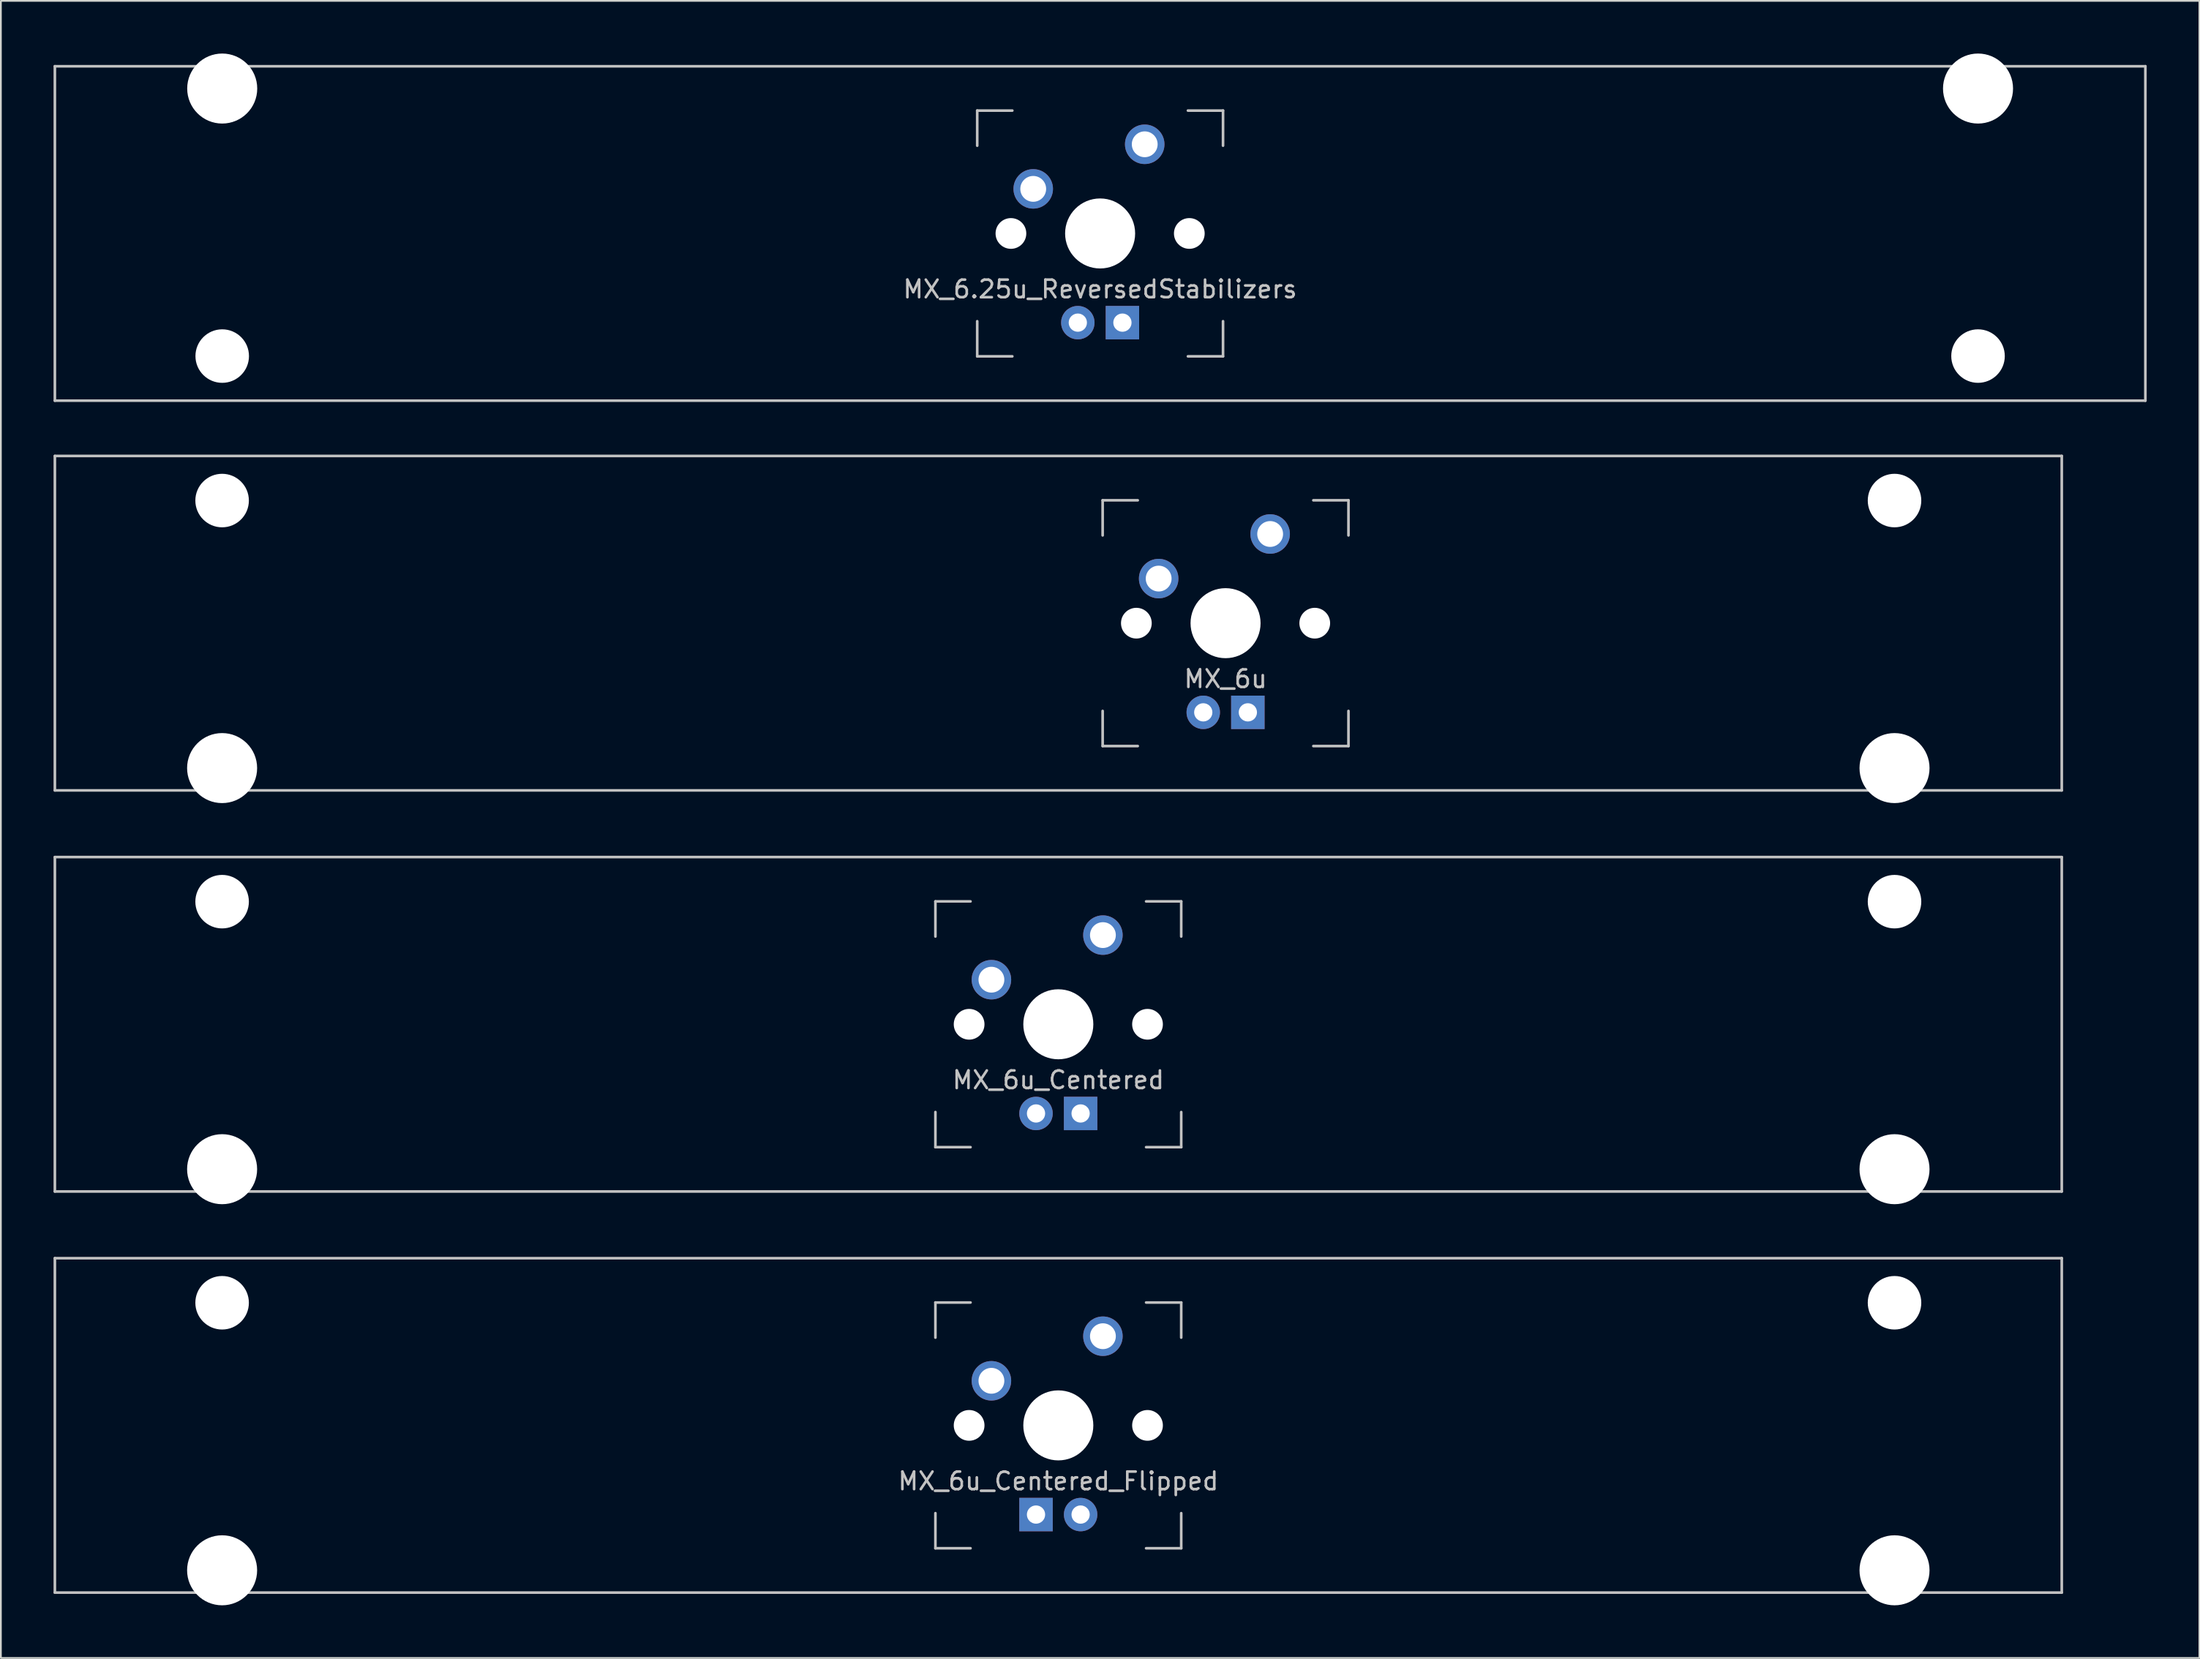
<source format=kicad_pcb>
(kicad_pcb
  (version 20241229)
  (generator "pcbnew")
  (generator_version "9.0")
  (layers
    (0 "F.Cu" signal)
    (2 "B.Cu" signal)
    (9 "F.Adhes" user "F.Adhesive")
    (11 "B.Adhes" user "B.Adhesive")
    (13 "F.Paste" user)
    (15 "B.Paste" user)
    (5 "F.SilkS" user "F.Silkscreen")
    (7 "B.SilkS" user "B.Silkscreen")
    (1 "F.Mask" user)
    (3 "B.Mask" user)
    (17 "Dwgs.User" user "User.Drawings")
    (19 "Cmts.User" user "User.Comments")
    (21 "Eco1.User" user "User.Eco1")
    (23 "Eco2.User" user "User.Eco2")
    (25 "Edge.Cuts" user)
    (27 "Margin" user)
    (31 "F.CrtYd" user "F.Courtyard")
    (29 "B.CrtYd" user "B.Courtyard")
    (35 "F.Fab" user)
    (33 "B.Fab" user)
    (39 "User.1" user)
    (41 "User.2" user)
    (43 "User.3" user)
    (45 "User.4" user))
  (footprint "MX_6u"
    (layer "F.Cu")
    (at 57.225 32.449)
    (property "Reference" "MX_6u" (at 9.525 3.175 0) (layer "Dwgs.User") (effects (font (size 1 1) (thickness 0.15))))
    (attr through_hole)
    (fp_line (start -57.15 -9.525) (end 57.15 -9.525) (stroke (width 0.15) (type solid)) (layer "Dwgs.User"))
    (fp_line (start -57.15 9.525) (end -57.15 -9.525) (stroke (width 0.15) (type solid)) (layer "Dwgs.User"))
    (fp_line (start -57.15 9.525) (end 57.15 9.525) (stroke (width 0.15) (type solid)) (layer "Dwgs.User"))
    (fp_line (start 2.525 -7) (end 2.525 -5) (stroke (width 0.15) (type solid)) (layer "Dwgs.User"))
    (fp_line (start 2.525 5) (end 2.525 7) (stroke (width 0.15) (type solid)) (layer "Dwgs.User"))
    (fp_line (start 2.525 7) (end 4.525 7) (stroke (width 0.15) (type solid)) (layer "Dwgs.User"))
    (fp_line (start 4.525 -7) (end 2.525 -7) (stroke (width 0.15) (type solid)) (layer "Dwgs.User"))
    (fp_line (start 14.525 -7) (end 16.525 -7) (stroke (width 0.15) (type solid)) (layer "Dwgs.User"))
    (fp_line (start 14.525 7) (end 16.525 7) (stroke (width 0.15) (type solid)) (layer "Dwgs.User"))
    (fp_line (start 16.525 -7) (end 16.525 -5) (stroke (width 0.15) (type solid)) (layer "Dwgs.User"))
    (fp_line (start 16.525 7) (end 16.525 5) (stroke (width 0.15) (type solid)) (layer "Dwgs.User"))
    (fp_line (start 57.15 -9.525) (end 57.15 9.525) (stroke (width 0.15) (type solid)) (layer "Dwgs.User"))
    (pad "" np_thru_hole circle (at -47.625 -6.985) (size 3.048 3.048) (drill 3.048) (layers "*.Cu" "*.Mask"))
    (pad "" np_thru_hole circle (at -47.625 8.255) (size 3.988 3.988) (drill 3.988) (layers "*.Cu" "*.Mask"))
    (pad "" np_thru_hole circle (at 4.445 0 48.1) (size 1.75 1.75) (drill 1.75) (layers "*.Cu" "*.Mask"))
    (pad "" np_thru_hole circle (at 9.525 0) (size 3.988 3.988) (drill 3.988) (layers "*.Cu" "*.Mask"))
    (pad "" np_thru_hole circle (at 14.605 0 48.1) (size 1.75 1.75) (drill 1.75) (layers "*.Cu" "*.Mask"))
    (pad "" np_thru_hole circle (at 47.625 -6.985) (size 3.048 3.048) (drill 3.048) (layers "*.Cu" "*.Mask"))
    (pad "" np_thru_hole circle (at 47.625 8.255) (size 3.988 3.988) (drill 3.988) (layers "*.Cu" "*.Mask"))
    (pad "1" thru_hole circle (at 5.715 -2.54) (size 2.25 2.25) (drill 1.47) (layers "*.Cu" "B.Mask"))
    (pad "2" thru_hole circle (at 12.065 -5.08) (size 2.25 2.25) (drill 1.47) (layers "*.Cu" "B.Mask"))
    (pad "3" thru_hole circle (at 8.255 5.08) (size 1.905 1.905) (drill 1.04) (layers "*.Cu" "B.Mask"))
    (pad "4" thru_hole rect (at 10.795 5.08) (size 1.905 1.905) (drill 1.04) (layers "*.Cu" "B.Mask")))
  (footprint "MX_6.25u_ReversedStabilizers"
    (layer "F.Cu")
    (at 59.606 10.249)
    (property "Reference" "MX_6.25u_ReversedStabilizers" (at 0 3.175 0) (layer "Dwgs.User") (effects (font (size 1 1) (thickness 0.15))))
    (attr through_hole)
    (fp_line (start -59.531 -9.525) (end 59.531 -9.525) (stroke (width 0.15) (type solid)) (layer "Dwgs.User"))
    (fp_line (start -59.531 9.525) (end -59.531 -9.525) (stroke (width 0.15) (type solid)) (layer "Dwgs.User"))
    (fp_line (start -59.531 9.525) (end 59.531 9.525) (stroke (width 0.15) (type solid)) (layer "Dwgs.User"))
    (fp_line (start -7 -7) (end -7 -5) (stroke (width 0.15) (type solid)) (layer "Dwgs.User"))
    (fp_line (start -7 5) (end -7 7) (stroke (width 0.15) (type solid)) (layer "Dwgs.User"))
    (fp_line (start -7 7) (end -5 7) (stroke (width 0.15) (type solid)) (layer "Dwgs.User"))
    (fp_line (start -5 -7) (end -7 -7) (stroke (width 0.15) (type solid)) (layer "Dwgs.User"))
    (fp_line (start 5 -7) (end 7 -7) (stroke (width 0.15) (type solid)) (layer "Dwgs.User"))
    (fp_line (start 5 7) (end 7 7) (stroke (width 0.15) (type solid)) (layer "Dwgs.User"))
    (fp_line (start 7 -7) (end 7 -5) (stroke (width 0.15) (type solid)) (layer "Dwgs.User"))
    (fp_line (start 7 7) (end 7 5) (stroke (width 0.15) (type solid)) (layer "Dwgs.User"))
    (fp_line (start 59.531 -9.525) (end 59.531 9.525) (stroke (width 0.15) (type solid)) (layer "Dwgs.User"))
    (pad "" np_thru_hole circle (at -50 -8.255) (size 3.988 3.988) (drill 3.988) (layers "*.Cu" "*.Mask"))
    (pad "" np_thru_hole circle (at -50 6.985) (size 3.048 3.048) (drill 3.048) (layers "*.Cu" "*.Mask"))
    (pad "" np_thru_hole circle (at -5.08 0 48.1) (size 1.75 1.75) (drill 1.75) (layers "*.Cu" "*.Mask"))
    (pad "" np_thru_hole circle (at 0 0) (size 3.988 3.988) (drill 3.988) (layers "*.Cu" "*.Mask"))
    (pad "" np_thru_hole circle (at 5.08 0 48.1) (size 1.75 1.75) (drill 1.75) (layers "*.Cu" "*.Mask"))
    (pad "" np_thru_hole circle (at 50 -8.255) (size 3.988 3.988) (drill 3.988) (layers "*.Cu" "*.Mask"))
    (pad "" np_thru_hole circle (at 50 6.985) (size 3.048 3.048) (drill 3.048) (layers "*.Cu" "*.Mask"))
    (pad "1" thru_hole circle (at -3.81 -2.54) (size 2.25 2.25) (drill 1.47) (layers "*.Cu" "B.Mask"))
    (pad "2" thru_hole circle (at 2.54 -5.08) (size 2.25 2.25) (drill 1.47) (layers "*.Cu" "B.Mask"))
    (pad "3" thru_hole circle (at -1.27 5.08) (size 1.905 1.905) (drill 1.04) (layers "*.Cu" "B.Mask"))
    (pad "4" thru_hole rect (at 1.27 5.08) (size 1.905 1.905) (drill 1.04) (layers "*.Cu" "B.Mask")))
  (footprint "MX_6u_Centered_Flipped"
    (layer "F.Cu")
    (at 57.225 78.147)
    (property "Reference" "MX_6u_Centered_Flipped" (at 0 3.175 0) (layer "Dwgs.User") (effects (font (size 1 1) (thickness 0.15))))
    (attr through_hole)
    (fp_line (start -57.15 -9.525) (end 57.15 -9.525) (stroke (width 0.15) (type solid)) (layer "Dwgs.User"))
    (fp_line (start -57.15 9.525) (end -57.15 -9.525) (stroke (width 0.15) (type solid)) (layer "Dwgs.User"))
    (fp_line (start -57.15 9.525) (end 57.15 9.525) (stroke (width 0.15) (type solid)) (layer "Dwgs.User"))
    (fp_line (start -7 -7) (end -7 -5) (stroke (width 0.15) (type solid)) (layer "Dwgs.User"))
    (fp_line (start -7 5) (end -7 7) (stroke (width 0.15) (type solid)) (layer "Dwgs.User"))
    (fp_line (start -7 7) (end -5 7) (stroke (width 0.15) (type solid)) (layer "Dwgs.User"))
    (fp_line (start -5 -7) (end -7 -7) (stroke (width 0.15) (type solid)) (layer "Dwgs.User"))
    (fp_line (start 5 -7) (end 7 -7) (stroke (width 0.15) (type solid)) (layer "Dwgs.User"))
    (fp_line (start 5 7) (end 7 7) (stroke (width 0.15) (type solid)) (layer "Dwgs.User"))
    (fp_line (start 7 -7) (end 7 -5) (stroke (width 0.15) (type solid)) (layer "Dwgs.User"))
    (fp_line (start 7 7) (end 7 5) (stroke (width 0.15) (type solid)) (layer "Dwgs.User"))
    (fp_line (start 57.15 -9.525) (end 57.15 9.525) (stroke (width 0.15) (type solid)) (layer "Dwgs.User"))
    (pad "" np_thru_hole circle (at -47.625 -6.985) (size 3.048 3.048) (drill 3.048) (layers "*.Cu" "*.Mask"))
    (pad "" np_thru_hole circle (at -47.625 8.255) (size 3.988 3.988) (drill 3.988) (layers "*.Cu" "*.Mask"))
    (pad "" np_thru_hole circle (at -5.08 0 48.1) (size 1.75 1.75) (drill 1.75) (layers "*.Cu" "*.Mask"))
    (pad "" np_thru_hole circle (at 0 0) (size 3.988 3.988) (drill 3.988) (layers "*.Cu" "*.Mask"))
    (pad "" np_thru_hole circle (at 5.08 0 48.1) (size 1.75 1.75) (drill 1.75) (layers "*.Cu" "*.Mask"))
    (pad "" np_thru_hole circle (at 47.625 -6.985) (size 3.048 3.048) (drill 3.048) (layers "*.Cu" "*.Mask"))
    (pad "" np_thru_hole circle (at 47.625 8.255) (size 3.988 3.988) (drill 3.988) (layers "*.Cu" "*.Mask"))
    (pad "1" thru_hole circle (at -3.81 -2.54) (size 2.25 2.25) (drill 1.47) (layers "*.Cu" "B.Mask"))
    (pad "2" thru_hole circle (at 2.54 -5.08) (size 2.25 2.25) (drill 1.47) (layers "*.Cu" "B.Mask"))
    (pad "3" thru_hole circle (at 1.27 5.08) (size 1.905 1.905) (drill 1.04) (layers "*.Cu" "B.Mask"))
    (pad "4" thru_hole rect (at -1.27 5.08) (size 1.905 1.905) (drill 1.04) (layers "*.Cu" "B.Mask")))
  (footprint "MX_6u_Centered"
    (layer "F.Cu")
    (at 57.225 55.298)
    (property "Reference" "MX_6u_Centered" (at 0 3.175 0) (layer "Dwgs.User") (effects (font (size 1 1) (thickness 0.15))))
    (attr through_hole)
    (fp_line (start -57.15 -9.525) (end 57.15 -9.525) (stroke (width 0.15) (type solid)) (layer "Dwgs.User"))
    (fp_line (start -57.15 9.525) (end -57.15 -9.525) (stroke (width 0.15) (type solid)) (layer "Dwgs.User"))
    (fp_line (start -57.15 9.525) (end 57.15 9.525) (stroke (width 0.15) (type solid)) (layer "Dwgs.User"))
    (fp_line (start -7 -7) (end -7 -5) (stroke (width 0.15) (type solid)) (layer "Dwgs.User"))
    (fp_line (start -7 5) (end -7 7) (stroke (width 0.15) (type solid)) (layer "Dwgs.User"))
    (fp_line (start -7 7) (end -5 7) (stroke (width 0.15) (type solid)) (layer "Dwgs.User"))
    (fp_line (start -5 -7) (end -7 -7) (stroke (width 0.15) (type solid)) (layer "Dwgs.User"))
    (fp_line (start 5 -7) (end 7 -7) (stroke (width 0.15) (type solid)) (layer "Dwgs.User"))
    (fp_line (start 5 7) (end 7 7) (stroke (width 0.15) (type solid)) (layer "Dwgs.User"))
    (fp_line (start 7 -7) (end 7 -5) (stroke (width 0.15) (type solid)) (layer "Dwgs.User"))
    (fp_line (start 7 7) (end 7 5) (stroke (width 0.15) (type solid)) (layer "Dwgs.User"))
    (fp_line (start 57.15 -9.525) (end 57.15 9.525) (stroke (width 0.15) (type solid)) (layer "Dwgs.User"))
    (pad "" np_thru_hole circle (at -47.625 -6.985) (size 3.048 3.048) (drill 3.048) (layers "*.Cu" "*.Mask"))
    (pad "" np_thru_hole circle (at -47.625 8.255) (size 3.988 3.988) (drill 3.988) (layers "*.Cu" "*.Mask"))
    (pad "" np_thru_hole circle (at -5.08 0 48.1) (size 1.75 1.75) (drill 1.75) (layers "*.Cu" "*.Mask"))
    (pad "" np_thru_hole circle (at 0 0) (size 3.988 3.988) (drill 3.988) (layers "*.Cu" "*.Mask"))
    (pad "" np_thru_hole circle (at 5.08 0 48.1) (size 1.75 1.75) (drill 1.75) (layers "*.Cu" "*.Mask"))
    (pad "" np_thru_hole circle (at 47.625 -6.985) (size 3.048 3.048) (drill 3.048) (layers "*.Cu" "*.Mask"))
    (pad "" np_thru_hole circle (at 47.625 8.255) (size 3.988 3.988) (drill 3.988) (layers "*.Cu" "*.Mask"))
    (pad "1" thru_hole circle (at -3.81 -2.54) (size 2.25 2.25) (drill 1.47) (layers "*.Cu" "B.Mask"))
    (pad "2" thru_hole circle (at 2.54 -5.08) (size 2.25 2.25) (drill 1.47) (layers "*.Cu" "B.Mask"))
    (pad "3" thru_hole circle (at -1.27 5.08) (size 1.905 1.905) (drill 1.04) (layers "*.Cu" "B.Mask"))
    (pad "4" thru_hole rect (at 1.27 5.08) (size 1.905 1.905) (drill 1.04) (layers "*.Cu" "B.Mask")))
  (gr_rect
    (start -3 -3)
    (end 122.213 91.396)
    (stroke (width 0.1) (type default))
    (fill no)
    (layer "Edge.Cuts")))
</source>
